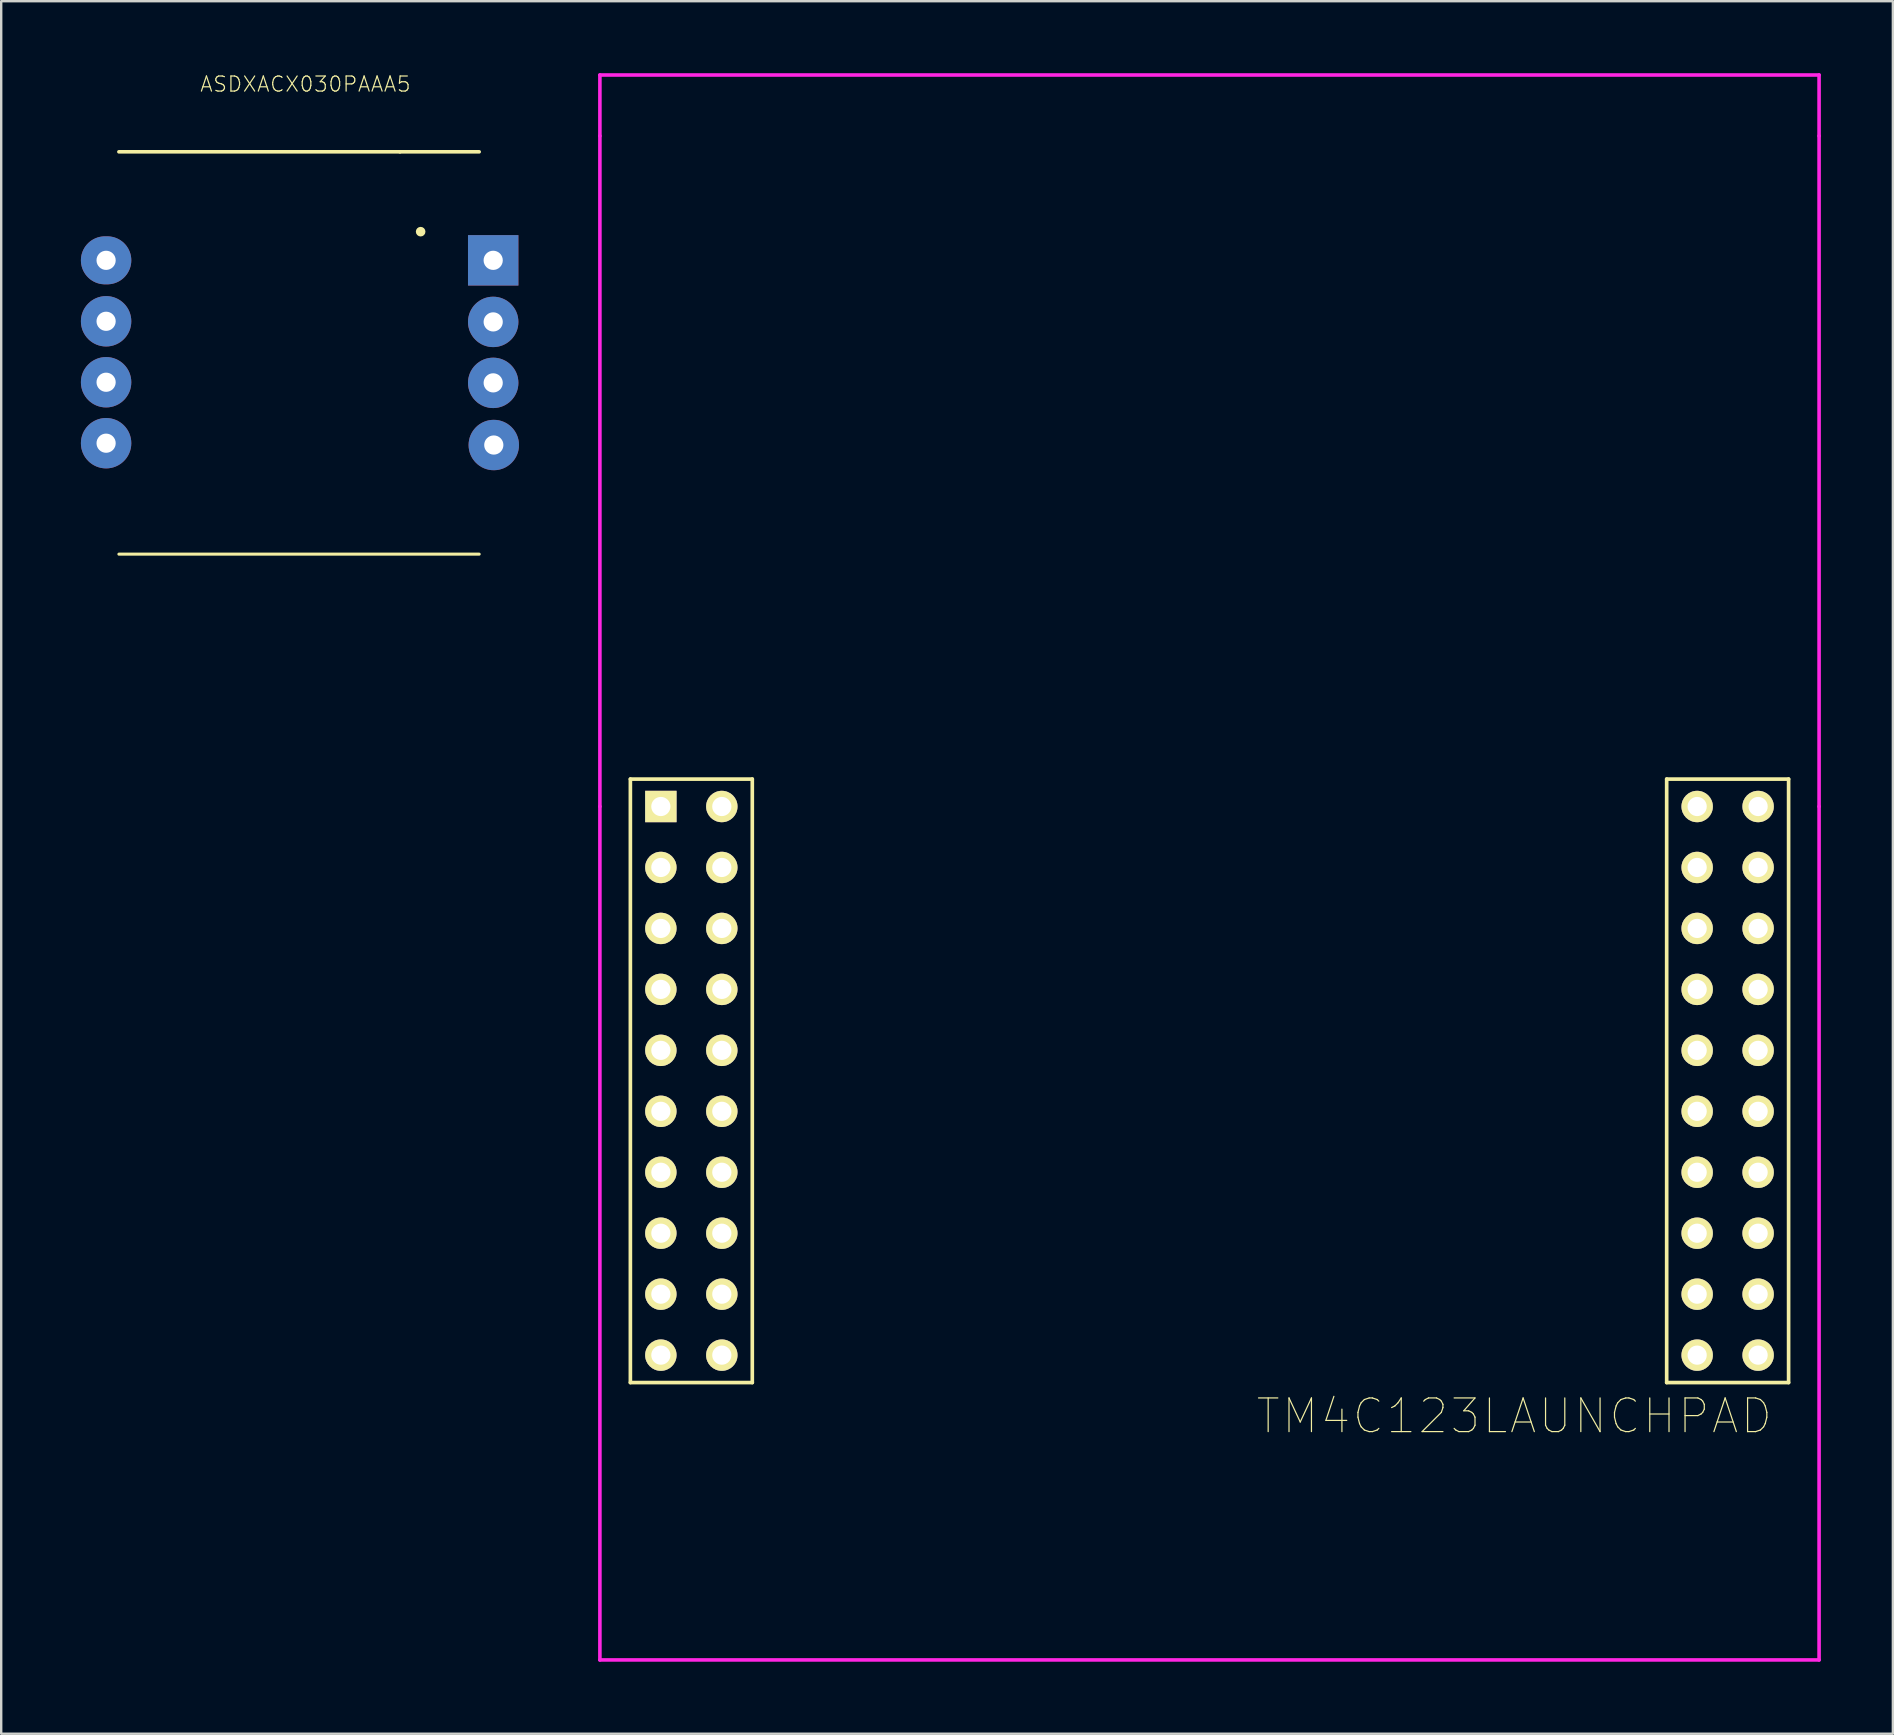
<source format=kicad_pcb>
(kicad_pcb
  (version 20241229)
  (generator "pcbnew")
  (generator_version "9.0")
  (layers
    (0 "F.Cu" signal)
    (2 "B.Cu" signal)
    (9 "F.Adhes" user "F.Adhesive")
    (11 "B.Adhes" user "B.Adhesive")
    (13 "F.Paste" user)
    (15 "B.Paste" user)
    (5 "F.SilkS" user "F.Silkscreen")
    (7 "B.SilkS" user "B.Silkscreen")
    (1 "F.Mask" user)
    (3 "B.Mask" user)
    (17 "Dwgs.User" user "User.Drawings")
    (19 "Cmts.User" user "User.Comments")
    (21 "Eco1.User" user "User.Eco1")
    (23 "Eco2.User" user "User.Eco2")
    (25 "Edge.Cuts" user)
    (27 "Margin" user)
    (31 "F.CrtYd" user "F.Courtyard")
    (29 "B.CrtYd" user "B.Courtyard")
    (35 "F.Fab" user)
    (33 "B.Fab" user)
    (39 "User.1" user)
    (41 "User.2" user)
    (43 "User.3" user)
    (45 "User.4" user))
  (footprint "TM4C123LAUNCHPAD"
    (layer "F.Cu")
    (at 47.346 43.255)
    (property "Reference" "TM4C123LAUNCHPAD" (at 12.7 12.7 0) (layer "F.SilkS") (effects (font (size 1.403 1.403) (thickness 0.05))))
    (attr through_hole)
    (fp_line (start -24.13 -13.843) (end -19.05 -13.843) (stroke (width 0.152) (type solid)) (layer "F.SilkS"))
    (fp_line (start -24.13 11.303) (end -24.13 -13.843) (stroke (width 0.152) (type solid)) (layer "F.SilkS"))
    (fp_line (start -24.13 11.303) (end -19.05 11.303) (stroke (width 0.152) (type solid)) (layer "F.SilkS"))
    (fp_line (start -19.05 11.303) (end -19.05 -13.843) (stroke (width 0.152) (type solid)) (layer "F.SilkS"))
    (fp_line (start 19.05 -13.843) (end 24.13 -13.843) (stroke (width 0.152) (type solid)) (layer "F.SilkS"))
    (fp_line (start 19.05 11.303) (end 19.05 -13.843) (stroke (width 0.152) (type solid)) (layer "F.SilkS"))
    (fp_line (start 19.05 11.303) (end 24.13 11.303) (stroke (width 0.152) (type solid)) (layer "F.SilkS"))
    (fp_line (start 24.13 11.303) (end 24.13 -13.843) (stroke (width 0.152) (type solid)) (layer "F.SilkS"))
    (fp_line (start -25.4 -43.18) (end 25.4 -43.18) (stroke (width 0.15) (type solid)) (layer "F.CrtYd"))
    (fp_line (start -25.4 -40.64) (end -25.4 -43.18) (stroke (width 0.15) (type solid)) (layer "F.CrtYd"))
    (fp_line (start -25.4 -12.7) (end -25.4 -40.64) (stroke (width 0.15) (type solid)) (layer "F.CrtYd"))
    (fp_line (start -25.4 22.86) (end -25.4 -12.7) (stroke (width 0.15) (type solid)) (layer "F.CrtYd"))
    (fp_line (start 25.4 -43.18) (end 25.4 -40.64) (stroke (width 0.15) (type solid)) (layer "F.CrtYd"))
    (fp_line (start 25.4 -40.64) (end 25.4 -12.7) (stroke (width 0.15) (type solid)) (layer "F.CrtYd"))
    (fp_line (start 25.4 -12.7) (end 25.4 22.86) (stroke (width 0.15) (type solid)) (layer "F.CrtYd"))
    (fp_line (start 25.4 22.86) (end -25.4 22.86) (stroke (width 0.15) (type solid)) (layer "F.CrtYd"))
    (pad "1" thru_hole rect (at -22.86 -12.7 90) (size 1.308 1.308) (drill 0.8) (layers "*.Cu" "*.Mask" "F.SilkS"))
    (pad "2" thru_hole circle (at -22.86 -10.16) (size 1.308 1.308) (drill 0.8) (layers "*.Cu" "*.Mask" "F.SilkS"))
    (pad "3" thru_hole circle (at -22.86 -7.62) (size 1.308 1.308) (drill 0.8) (layers "*.Cu" "*.Mask" "F.SilkS"))
    (pad "4" thru_hole circle (at -22.86 -5.08) (size 1.308 1.308) (drill 0.8) (layers "*.Cu" "*.Mask" "F.SilkS"))
    (pad "5" thru_hole circle (at -22.86 -2.54) (size 1.308 1.308) (drill 0.8) (layers "*.Cu" "*.Mask" "F.SilkS"))
    (pad "6" thru_hole circle (at -22.86 0) (size 1.308 1.308) (drill 0.8) (layers "*.Cu" "*.Mask" "F.SilkS"))
    (pad "7" thru_hole circle (at -22.86 2.54) (size 1.308 1.308) (drill 0.8) (layers "*.Cu" "*.Mask" "F.SilkS"))
    (pad "8" thru_hole circle (at -22.86 5.08) (size 1.308 1.308) (drill 0.8) (layers "*.Cu" "*.Mask" "F.SilkS"))
    (pad "9" thru_hole circle (at -22.86 7.62) (size 1.308 1.308) (drill 0.8) (layers "*.Cu" "*.Mask" "F.SilkS"))
    (pad "10" thru_hole circle (at -22.86 10.16) (size 1.308 1.308) (drill 0.8) (layers "*.Cu" "*.Mask" "F.SilkS"))
    (pad "11" thru_hole circle (at 22.86 10.16) (size 1.308 1.308) (drill 0.8) (layers "*.Cu" "*.Mask" "F.SilkS"))
    (pad "12" thru_hole circle (at 22.86 7.62) (size 1.308 1.308) (drill 0.8) (layers "*.Cu" "*.Mask" "F.SilkS"))
    (pad "13" thru_hole circle (at 22.86 5.08) (size 1.308 1.308) (drill 0.8) (layers "*.Cu" "*.Mask" "F.SilkS"))
    (pad "14" thru_hole circle (at 22.86 2.54) (size 1.308 1.308) (drill 0.8) (layers "*.Cu" "*.Mask" "F.SilkS"))
    (pad "15" thru_hole circle (at 22.86 0) (size 1.308 1.308) (drill 0.8) (layers "*.Cu" "*.Mask" "F.SilkS"))
    (pad "16" thru_hole circle (at 22.86 -2.54) (size 1.308 1.308) (drill 0.8) (layers "*.Cu" "*.Mask" "F.SilkS"))
    (pad "17" thru_hole circle (at 22.86 -5.08) (size 1.308 1.308) (drill 0.8) (layers "*.Cu" "*.Mask" "F.SilkS"))
    (pad "18" thru_hole circle (at 22.86 -7.62) (size 1.308 1.308) (drill 0.8) (layers "*.Cu" "*.Mask" "F.SilkS"))
    (pad "19" thru_hole circle (at 22.86 -10.16) (size 1.308 1.308) (drill 0.8) (layers "*.Cu" "*.Mask" "F.SilkS"))
    (pad "20" thru_hole circle (at 22.86 -12.7) (size 1.308 1.308) (drill 0.8) (layers "*.Cu" "*.Mask" "F.SilkS"))
    (pad "21" thru_hole circle (at -20.32 -12.7) (size 1.308 1.308) (drill 0.8) (layers "*.Cu" "*.Mask" "F.SilkS"))
    (pad "22" thru_hole circle (at -20.32 -10.16) (size 1.308 1.308) (drill 0.8) (layers "*.Cu" "*.Mask" "F.SilkS"))
    (pad "23" thru_hole circle (at -20.32 -7.62) (size 1.308 1.308) (drill 0.8) (layers "*.Cu" "*.Mask" "F.SilkS"))
    (pad "24" thru_hole circle (at -20.32 -5.08) (size 1.308 1.308) (drill 0.8) (layers "*.Cu" "*.Mask" "F.SilkS"))
    (pad "25" thru_hole circle (at -20.32 -2.54) (size 1.308 1.308) (drill 0.8) (layers "*.Cu" "*.Mask" "F.SilkS"))
    (pad "26" thru_hole circle (at -20.32 0) (size 1.308 1.308) (drill 0.8) (layers "*.Cu" "*.Mask" "F.SilkS"))
    (pad "27" thru_hole circle (at -20.32 2.54) (size 1.308 1.308) (drill 0.8) (layers "*.Cu" "*.Mask" "F.SilkS"))
    (pad "28" thru_hole circle (at -20.32 5.08) (size 1.308 1.308) (drill 0.8) (layers "*.Cu" "*.Mask" "F.SilkS"))
    (pad "29" thru_hole circle (at -20.32 7.62) (size 1.308 1.308) (drill 0.8) (layers "*.Cu" "*.Mask" "F.SilkS"))
    (pad "30" thru_hole circle (at -20.32 10.16) (size 1.308 1.308) (drill 0.8) (layers "*.Cu" "*.Mask" "F.SilkS"))
    (pad "31" thru_hole circle (at 20.32 10.16) (size 1.308 1.308) (drill 0.8) (layers "*.Cu" "*.Mask" "F.SilkS"))
    (pad "32" thru_hole circle (at 20.32 7.62) (size 1.308 1.308) (drill 0.8) (layers "*.Cu" "*.Mask" "F.SilkS"))
    (pad "33" thru_hole circle (at 20.32 5.08) (size 1.308 1.308) (drill 0.8) (layers "*.Cu" "*.Mask" "F.SilkS"))
    (pad "34" thru_hole circle (at 20.32 2.54) (size 1.308 1.308) (drill 0.8) (layers "*.Cu" "*.Mask" "F.SilkS"))
    (pad "35" thru_hole circle (at 20.32 0) (size 1.308 1.308) (drill 0.8) (layers "*.Cu" "*.Mask" "F.SilkS"))
    (pad "36" thru_hole circle (at 20.32 -2.54) (size 1.308 1.308) (drill 0.8) (layers "*.Cu" "*.Mask" "F.SilkS"))
    (pad "37" thru_hole circle (at 20.32 -5.08) (size 1.308 1.308) (drill 0.8) (layers "*.Cu" "*.Mask" "F.SilkS"))
    (pad "38" thru_hole circle (at 20.32 -7.62) (size 1.308 1.308) (drill 0.8) (layers "*.Cu" "*.Mask" "F.SilkS"))
    (pad "39" thru_hole circle (at 20.32 -10.16) (size 1.308 1.308) (drill 0.8) (layers "*.Cu" "*.Mask" "F.SilkS"))
    (pad "40" thru_hole circle (at 20.32 -12.7) (size 1.308 1.308) (drill 0.8) (layers "*.Cu" "*.Mask" "F.SilkS")))
  (footprint "ASDXACX030PAAA5"
    (layer "F.Cu")
    (at 9.702 11.277)
    (property "Reference" "ASDXACX030PAAA5" (at -0.025 -10.82 0) (layer "F.SilkS") (effects (font (size 0.63 0.63) (thickness 0.05))))
    (attr through_hole)
    (fp_line (start -7.798 -8.001) (end 3.912 -8.001) (stroke (width 0.15) (type solid)) (layer "F.SilkS"))
    (fp_line (start 3.912 -8.001) (end 7.214 -8.001) (stroke (width 0.15) (type solid)) (layer "F.SilkS"))
    (fp_line (start 7.214 8.763) (end -7.798 8.763) (stroke (width 0.127) (type solid)) (layer "F.SilkS"))
    (fp_circle (center 4.775 -4.674) (end 4.875 -4.674) (stroke (width 0.2) (type solid)) (fill no) (layer "F.SilkS"))
    (fp_line (start -9.677 -9.068) (end -9.677 9.804) (stroke (width 0.05) (type solid)) (layer "Eco1.User"))
    (fp_line (start -9.652 9.804) (end 9.144 9.804) (stroke (width 0.05) (type solid)) (layer "Eco1.User"))
    (fp_line (start 9.119 -9.068) (end -9.677 -9.068) (stroke (width 0.05) (type solid)) (layer "Eco1.User"))
    (fp_line (start 9.144 9.804) (end 9.119 -9.068) (stroke (width 0.05) (type solid)) (layer "Eco1.User"))
    (fp_line (start -7.798 8.763) (end -7.798 -8.001) (stroke (width 0.127) (type solid)) (layer "Eco2.User"))
    (fp_line (start 7.214 -7.976) (end 7.214 8.738) (stroke (width 0.127) (type solid)) (layer "Eco2.User"))
    (fp_circle (center 6.121 -4.166) (end 6.507 -4.166) (stroke (width 0.127) (type solid)) (fill no) (layer "Eco2.User"))
    (pad "1" thru_hole rect (at 7.798 -3.48) (size 2.1 2.1) (drill 0.8) (layers "*.Cu" "*.Mask"))
    (pad "2" thru_hole circle (at 7.798 -0.914) (size 2.1 2.1) (drill 0.8) (layers "*.Cu" "*.Mask"))
    (pad "3" thru_hole circle (at 7.798 1.626) (size 2.1 2.1) (drill 0.8) (layers "*.Cu" "*.Mask"))
    (pad "4" thru_hole circle (at 7.823 4.216) (size 2.1 2.1) (drill 0.8) (layers "*.Cu" "*.Mask"))
    (pad "5" thru_hole oval (at -8.331 -3.48) (size 2.1 2) (drill 0.8) (layers "*.Cu" "*.Mask"))
    (pad "6" thru_hole circle (at -8.331 -0.94) (size 2.1 2.1) (drill 0.8) (layers "*.Cu" "*.Mask"))
    (pad "7" thru_hole circle (at -8.331 1.6) (size 2.1 2.1) (drill 0.8) (layers "*.Cu" "*.Mask"))
    (pad "8" thru_hole circle (at -8.331 4.14) (size 2.1 2.1) (drill 0.8) (layers "*.Cu" "*.Mask")))
  (gr_rect
    (start -3 -3)
    (end 75.821 69.19)
    (stroke (width 0.1) (type default))
    (fill no)
    (layer "Edge.Cuts")))
</source>
